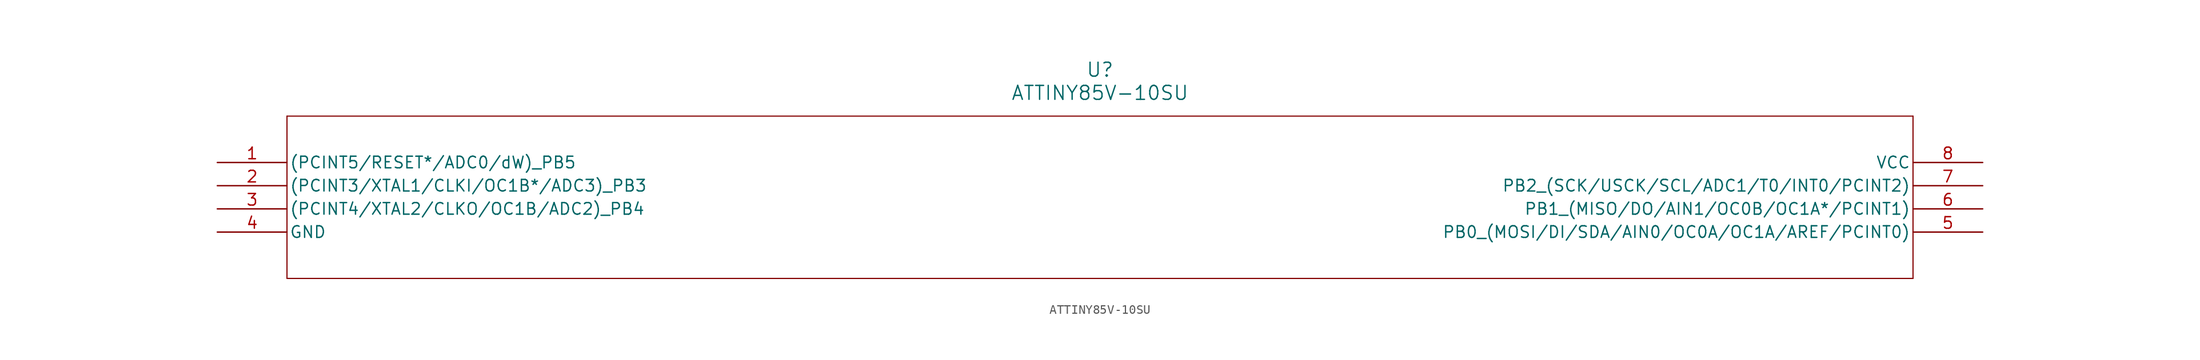
<source format=kicad_sym>
(kicad_symbol_lib
  (version 20211014)
  (generator kicad_symbol_editor)
  (symbol "ATTINY85V-10SU"
    (pin_names
      (offset 0.254))
    (property "Reference" "U"
      (at 96.52 10.16 0)
      (effects (font (size 1.524 1.524))))
    (property "Value" "ATTINY85V-10SU"
      (at 96.52 7.62 0)
      (effects (font (size 1.524 1.524))))
    (symbol "ATTINY85V-10SU_0_1"
      (polyline (pts (xy 7.62 5.08) (xy 7.62 -12.7)) (stroke (width 0.127) (type default) (color 0 0 0 0)) (fill (type none)))
      (polyline (pts (xy 7.62 -12.7) (xy 185.42 -12.7)) (stroke (width 0.127) (type default) (color 0 0 0 0)) (fill (type none)))
      (polyline (pts (xy 185.42 -12.7) (xy 185.42 5.08)) (stroke (width 0.127) (type default) (color 0 0 0 0)) (fill (type none)))
      (polyline (pts (xy 185.42 5.08) (xy 7.62 5.08)) (stroke (width 0.127) (type default) (color 0 0 0 0)) (fill (type none)))
      (pin bidirectional line (at 0 0 0) (length 7.62) (name "(PCINT5/RESET*/ADC0/dW) PB5" (effects (font (size 1.27 1.27)))) (number "1" (effects (font (size 1.27 1.27)))))
      (pin bidirectional line (at 0 -2.54 0) (length 7.62) (name "(PCINT3/XTAL1/CLKI/OC1B*/ADC3) PB3" (effects (font (size 1.27 1.27)))) (number "2" (effects (font (size 1.27 1.27)))))
      (pin bidirectional line (at 0 -5.08 0) (length 7.62) (name "(PCINT4/XTAL2/CLKO/OC1B/ADC2) PB4" (effects (font (size 1.27 1.27)))) (number "3" (effects (font (size 1.27 1.27)))))
      (pin power_in line (at 0 -7.62 0) (length 7.62) (name "GND" (effects (font (size 1.27 1.27)))) (number "4" (effects (font (size 1.27 1.27)))))
      (pin bidirectional line (at 193.04 -7.62 180) (length 7.62) (name "PB0 (MOSI/DI/SDA/AIN0/OC0A/OC1A/AREF/PCINT0)" (effects (font (size 1.27 1.27)))) (number "5" (effects (font (size 1.27 1.27)))))
      (pin bidirectional line (at 193.04 -5.08 180) (length 7.62) (name "PB1 (MISO/DO/AIN1/OC0B/OC1A*/PCINT1)" (effects (font (size 1.27 1.27)))) (number "6" (effects (font (size 1.27 1.27)))))
      (pin bidirectional line (at 193.04 -2.54 180) (length 7.62) (name "PB2 (SCK/USCK/SCL/ADC1/T0/INT0/PCINT2)" (effects (font (size 1.27 1.27)))) (number "7" (effects (font (size 1.27 1.27)))))
      (pin power_in line (at 193.04 0 180) (length 7.62) (name "VCC" (effects (font (size 1.27 1.27)))) (number "8" (effects (font (size 1.27 1.27))))))))
</source>
